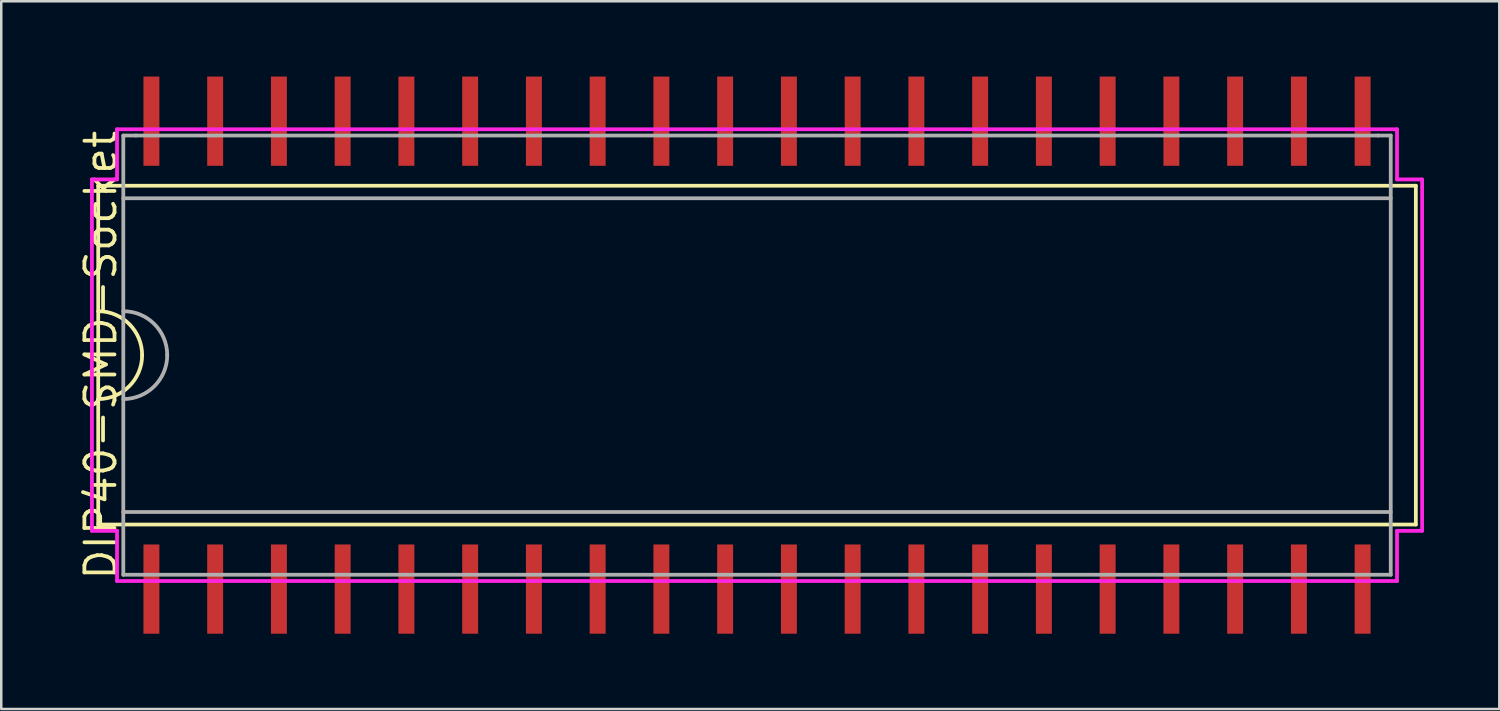
<source format=kicad_pcb>
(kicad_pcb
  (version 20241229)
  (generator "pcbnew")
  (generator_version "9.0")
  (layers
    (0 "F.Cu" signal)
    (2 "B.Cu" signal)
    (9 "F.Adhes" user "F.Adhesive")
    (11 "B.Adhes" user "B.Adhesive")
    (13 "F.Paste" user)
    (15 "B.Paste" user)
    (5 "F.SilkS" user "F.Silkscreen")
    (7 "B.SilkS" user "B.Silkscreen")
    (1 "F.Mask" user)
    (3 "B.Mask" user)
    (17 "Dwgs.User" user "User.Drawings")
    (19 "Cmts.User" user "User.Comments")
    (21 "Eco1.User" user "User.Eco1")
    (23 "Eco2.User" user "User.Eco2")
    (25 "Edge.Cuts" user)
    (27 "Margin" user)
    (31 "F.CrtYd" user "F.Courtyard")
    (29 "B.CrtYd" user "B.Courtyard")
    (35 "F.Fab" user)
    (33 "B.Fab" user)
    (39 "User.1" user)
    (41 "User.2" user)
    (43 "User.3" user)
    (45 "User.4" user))
  (footprint "DIP40-SMD-Socket"
    (layer "F.Cu")
    (at 27.113 11.1)
    (property "Reference" "DIP40-SMD-Socket" (at -26.148 0 90) (layer "F.SilkS") (effects (font (size 1.2 1.2) (thickness 0.15))))
    (attr through_hole)
    (fp_line (start -26.25 -6.75) (end 26.25 -6.75) (stroke (width 0.15) (type solid)) (layer "F.SilkS"))
    (fp_line (start -26.25 6.75) (end -26.25 -6.75) (stroke (width 0.15) (type solid)) (layer "F.SilkS"))
    (fp_line (start 26.25 -6.75) (end 26.25 6.75) (stroke (width 0.15) (type solid)) (layer "F.SilkS"))
    (fp_line (start 26.25 6.75) (end -26.25 6.75) (stroke (width 0.15) (type solid)) (layer "F.SilkS"))
    (fp_arc (start -26.25 -1.75) (mid -25.012563 -1.237437) (end -24.5 0) (stroke (width 0.15) (type solid)) (layer "F.SilkS"))
    (fp_arc (start -24.5 0) (mid -25.012563 1.237437) (end -26.25 1.75) (stroke (width 0.15) (type solid)) (layer "F.SilkS"))
    (fp_line (start -26.5 -7) (end -26.5 7) (stroke (width 0.15) (type solid)) (layer "F.CrtYd"))
    (fp_line (start -26.5 7) (end -25.5 7) (stroke (width 0.15) (type solid)) (layer "F.CrtYd"))
    (fp_line (start -25.5 -9) (end -25.5 -7) (stroke (width 0.15) (type solid)) (layer "F.CrtYd"))
    (fp_line (start -25.5 -7) (end -26.5 -7) (stroke (width 0.15) (type solid)) (layer "F.CrtYd"))
    (fp_line (start -25.5 7) (end -25.5 9) (stroke (width 0.15) (type solid)) (layer "F.CrtYd"))
    (fp_line (start -25.5 9) (end 25.5 9) (stroke (width 0.15) (type solid)) (layer "F.CrtYd"))
    (fp_line (start 25.5 -9) (end -25.5 -9) (stroke (width 0.15) (type solid)) (layer "F.CrtYd"))
    (fp_line (start 25.5 -7) (end 25.5 -9) (stroke (width 0.15) (type solid)) (layer "F.CrtYd"))
    (fp_line (start 25.5 7) (end 26.5 7) (stroke (width 0.15) (type solid)) (layer "F.CrtYd"))
    (fp_line (start 25.5 9) (end 25.5 7) (stroke (width 0.15) (type solid)) (layer "F.CrtYd"))
    (fp_line (start 26.5 -7) (end 25.5 -7) (stroke (width 0.15) (type solid)) (layer "F.CrtYd"))
    (fp_line (start 26.5 7) (end 26.5 -7) (stroke (width 0.15) (type solid)) (layer "F.CrtYd"))
    (fp_line (start -25.25 -8.75) (end -24.75 -8.75) (stroke (width 0.15) (type solid)) (layer "F.Fab"))
    (fp_line (start -25.25 -6.25) (end 25.25 -6.25) (stroke (width 0.15) (type solid)) (layer "F.Fab"))
    (fp_line (start -25.25 8.75) (end -25.25 -8.75) (stroke (width 0.15) (type solid)) (layer "F.Fab"))
    (fp_line (start -24.75 -8.75) (end 24.75 -8.75) (stroke (width 0.15) (type solid)) (layer "F.Fab"))
    (fp_line (start 24.75 -8.75) (end 25.25 -8.75) (stroke (width 0.15) (type solid)) (layer "F.Fab"))
    (fp_line (start 25.25 -8.75) (end 25.25 8.75) (stroke (width 0.15) (type solid)) (layer "F.Fab"))
    (fp_line (start 25.25 6.25) (end -25.25 6.25) (stroke (width 0.15) (type solid)) (layer "F.Fab"))
    (fp_line (start 25.25 8.75) (end -25.25 8.75) (stroke (width 0.15) (type solid)) (layer "F.Fab"))
    (fp_arc (start -25.25 -1.75) (mid -24.012563 -1.237437) (end -23.5 0) (stroke (width 0.15) (type solid)) (layer "F.Fab"))
    (fp_arc (start -23.5 0) (mid -24.012563 1.237437) (end -25.25 1.75) (stroke (width 0.15) (type solid)) (layer "F.Fab"))
    (pad "1" smd rect (at -24.13 9.322) (size 0.635 3.556) (layers "F.Cu" "F.Mask" "F.Paste"))
    (pad "2" smd rect (at -21.59 9.322) (size 0.635 3.556) (layers "F.Cu" "F.Mask" "F.Paste"))
    (pad "3" smd rect (at -19.05 9.322) (size 0.635 3.556) (layers "F.Cu" "F.Mask" "F.Paste"))
    (pad "4" smd rect (at -16.51 9.322) (size 0.635 3.556) (layers "F.Cu" "F.Mask" "F.Paste"))
    (pad "5" smd rect (at -13.97 9.322) (size 0.635 3.556) (layers "F.Cu" "F.Mask" "F.Paste"))
    (pad "6" smd rect (at -11.43 9.322) (size 0.635 3.556) (layers "F.Cu" "F.Mask" "F.Paste"))
    (pad "7" smd rect (at -8.89 9.322) (size 0.635 3.556) (layers "F.Cu" "F.Mask" "F.Paste"))
    (pad "8" smd rect (at -6.35 9.322) (size 0.635 3.556) (layers "F.Cu" "F.Mask" "F.Paste"))
    (pad "9" smd rect (at -3.81 9.322) (size 0.635 3.556) (layers "F.Cu" "F.Mask" "F.Paste"))
    (pad "10" smd rect (at -1.27 9.322) (size 0.635 3.556) (layers "F.Cu" "F.Mask" "F.Paste"))
    (pad "11" smd rect (at 1.27 9.322) (size 0.635 3.556) (layers "F.Cu" "F.Mask" "F.Paste"))
    (pad "12" smd rect (at 3.81 9.322) (size 0.635 3.556) (layers "F.Cu" "F.Mask" "F.Paste"))
    (pad "13" smd rect (at 6.35 9.322) (size 0.635 3.556) (layers "F.Cu" "F.Mask" "F.Paste"))
    (pad "14" smd rect (at 8.89 9.322) (size 0.635 3.556) (layers "F.Cu" "F.Mask" "F.Paste"))
    (pad "15" smd rect (at 11.43 9.322) (size 0.635 3.556) (layers "F.Cu" "F.Mask" "F.Paste"))
    (pad "16" smd rect (at 13.97 9.322) (size 0.635 3.556) (layers "F.Cu" "F.Mask" "F.Paste"))
    (pad "17" smd rect (at 16.51 9.322) (size 0.635 3.556) (layers "F.Cu" "F.Mask" "F.Paste"))
    (pad "18" smd rect (at 19.05 9.322) (size 0.635 3.556) (layers "F.Cu" "F.Mask" "F.Paste"))
    (pad "19" smd rect (at 21.59 9.322) (size 0.635 3.556) (layers "F.Cu" "F.Mask" "F.Paste"))
    (pad "20" smd rect (at 24.13 9.322) (size 0.635 3.556) (layers "F.Cu" "F.Mask" "F.Paste"))
    (pad "21" smd rect (at 24.13 -9.322) (size 0.635 3.556) (layers "F.Cu" "F.Mask" "F.Paste"))
    (pad "22" smd rect (at 21.59 -9.322) (size 0.635 3.556) (layers "F.Cu" "F.Mask" "F.Paste"))
    (pad "23" smd rect (at 19.05 -9.322) (size 0.635 3.556) (layers "F.Cu" "F.Mask" "F.Paste"))
    (pad "24" smd rect (at 16.51 -9.322) (size 0.635 3.556) (layers "F.Cu" "F.Mask" "F.Paste"))
    (pad "25" smd rect (at 13.97 -9.322) (size 0.635 3.556) (layers "F.Cu" "F.Mask" "F.Paste"))
    (pad "26" smd rect (at 11.43 -9.322) (size 0.635 3.556) (layers "F.Cu" "F.Mask" "F.Paste"))
    (pad "27" smd rect (at 8.89 -9.322) (size 0.635 3.556) (layers "F.Cu" "F.Mask" "F.Paste"))
    (pad "28" smd rect (at 6.35 -9.322) (size 0.635 3.556) (layers "F.Cu" "F.Mask" "F.Paste"))
    (pad "29" smd rect (at 3.81 -9.322) (size 0.635 3.556) (layers "F.Cu" "F.Mask" "F.Paste"))
    (pad "30" smd rect (at 1.27 -9.322) (size 0.635 3.556) (layers "F.Cu" "F.Mask" "F.Paste"))
    (pad "31" smd rect (at -1.27 -9.322) (size 0.635 3.556) (layers "F.Cu" "F.Mask" "F.Paste"))
    (pad "32" smd rect (at -3.81 -9.322) (size 0.635 3.556) (layers "F.Cu" "F.Mask" "F.Paste"))
    (pad "33" smd rect (at -6.35 -9.322) (size 0.635 3.556) (layers "F.Cu" "F.Mask" "F.Paste"))
    (pad "34" smd rect (at -8.89 -9.322) (size 0.635 3.556) (layers "F.Cu" "F.Mask" "F.Paste"))
    (pad "35" smd rect (at -11.43 -9.322) (size 0.635 3.556) (layers "F.Cu" "F.Mask" "F.Paste"))
    (pad "36" smd rect (at -13.97 -9.322) (size 0.635 3.556) (layers "F.Cu" "F.Mask" "F.Paste"))
    (pad "37" smd rect (at -16.51 -9.322) (size 0.635 3.556) (layers "F.Cu" "F.Mask" "F.Paste"))
    (pad "38" smd rect (at -19.05 -9.322) (size 0.635 3.556) (layers "F.Cu" "F.Mask" "F.Paste"))
    (pad "39" smd rect (at -21.59 -9.322) (size 0.635 3.556) (layers "F.Cu" "F.Mask" "F.Paste"))
    (pad "40" smd rect (at -24.13 -9.322) (size 0.635 3.556) (layers "F.Cu" "F.Mask" "F.Paste")))
  (gr_rect
    (start -3 -3)
    (end 56.688 25.2)
    (stroke (width 0.1) (type default))
    (fill no)
    (layer "Edge.Cuts")))
</source>
